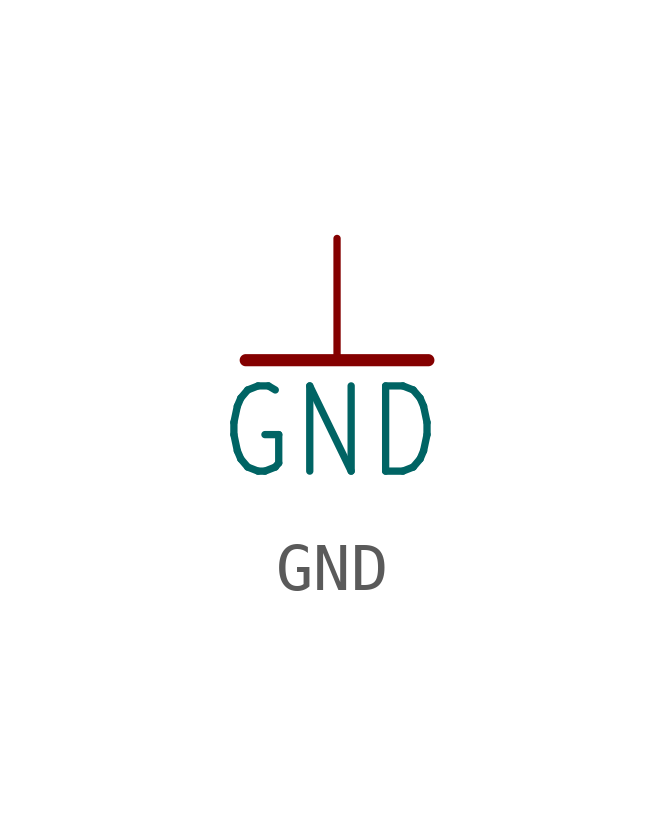
<source format=kicad_sym>
(kicad_symbol_lib
  (version 20211014)
  (generator kicad_symbol_editor)
  (symbol "GND"
    (power)
    (property "Reference" "#GND"
      (at 0 0 0)
      (effects (font (size 1.27 1.27)) hide))
    (property "Value" "GND"
      (at -2.54 -2.54 0)
      (effects (font (size 1.778 1.511)) (justify left bottom)))
    (property "ki_locked" ""
      (at 0 0 0)
      (effects (font (size 1.27 1.27))))
    (symbol "GND_1_0"
      (polyline (pts (xy -1.905 0) (xy 1.905 0)) (stroke (width 0.254) (type default) (color 0 0 0 0)) (fill (type none)))
      (pin power_in line (at 0 2.54 270) (length 2.54) (name "GND" (effects (font (size 0 0)))) (number "1" (effects (font (size 0 0))))))))
</source>
